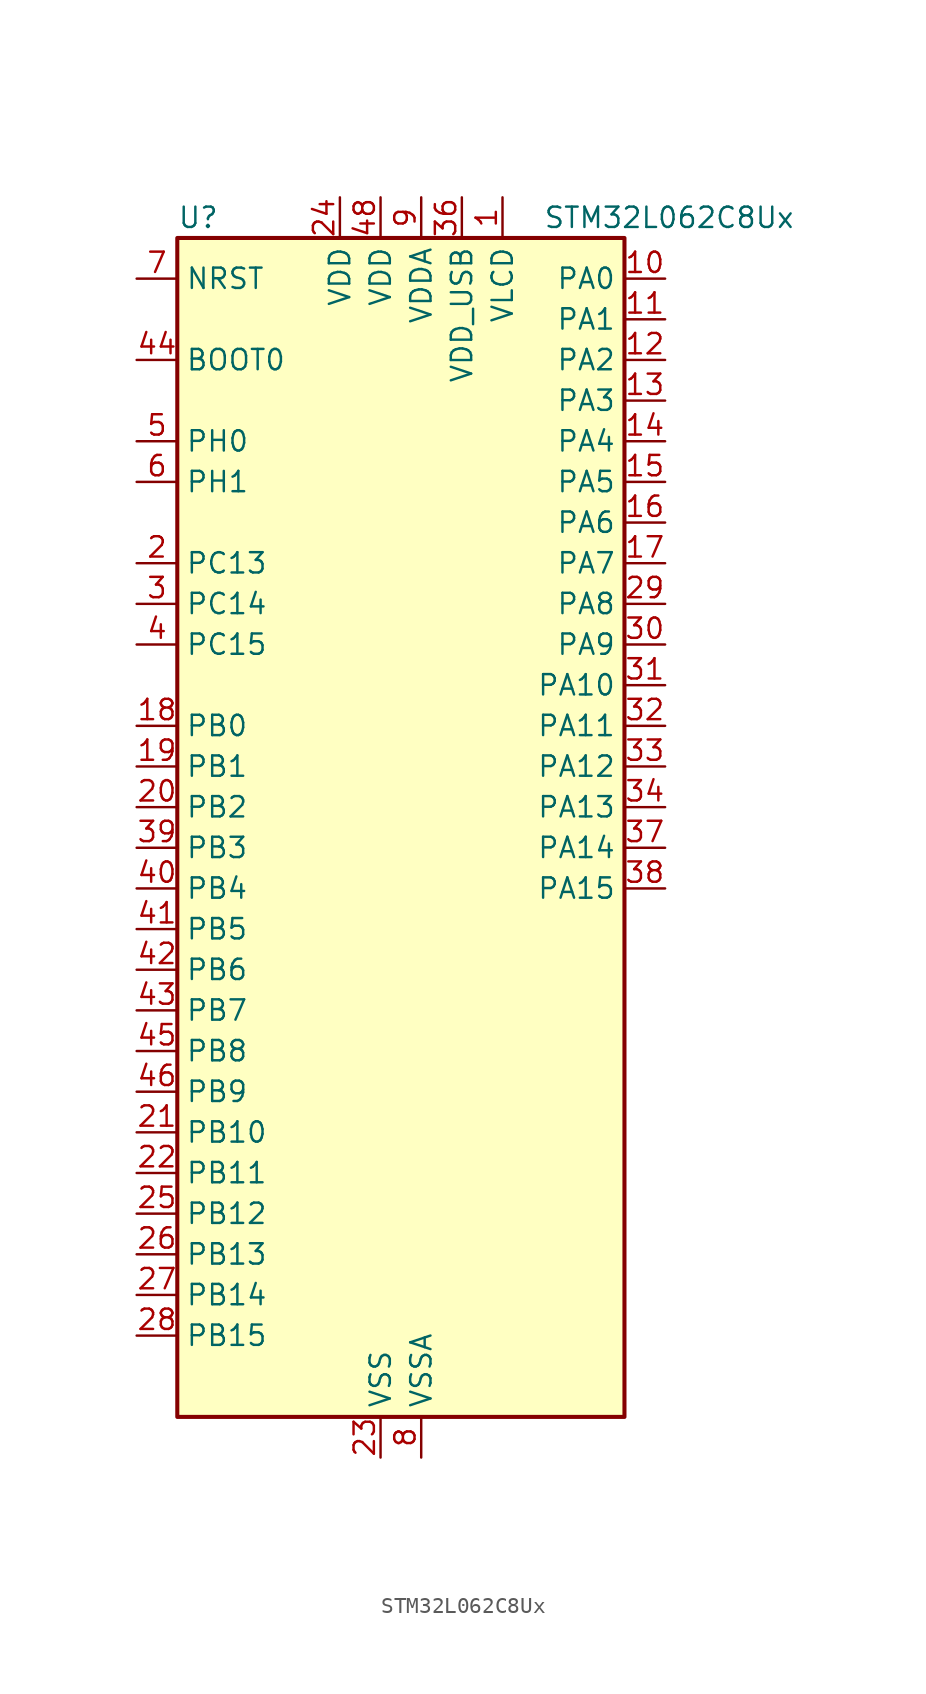
<source format=kicad_sym>
(kicad_symbol_lib
  (version 20220914)
  (generator kicad_symbol_editor)
  (symbol "STM32L062C8Ux"
    (property "Reference" "U"
      (at -12.7 39.37 0)
      (effects (font (size 1.27 1.27)) (justify left)))
    (property "Value" "STM32L062C8Ux"
      (at 10.16 39.37 0)
      (effects (font (size 1.27 1.27)) (justify left)))
    (property "ki_locked" ""
      (at 0 0 0)
      (effects (font (size 1.27 1.27))))
    (symbol "STM32L062C8Ux_0_1"
      (rectangle (start -12.7 -35.56) (end 15.24 38.1) (stroke (width 0.254) (type default)) (fill (type background))))
    (symbol "STM32L062C8Ux_1_1"
      (pin power_in line (at 7.62 40.64 270) (length 2.54) (name "VLCD" (effects (font (size 1.27 1.27)))) (number "1" (effects (font (size 1.27 1.27)))))
      (pin bidirectional line (at 17.78 35.56 180) (length 2.54) (name "PA0" (effects (font (size 1.27 1.27)))) (number "10" (effects (font (size 1.27 1.27)))) (alternate "ADC_IN0" bidirectional line) (alternate "COMP1_INM" bidirectional line) (alternate "COMP1_OUT" bidirectional line) (alternate "RTC_TAMP2" bidirectional line) (alternate "SYS_WKUP1" bidirectional line) (alternate "TIM2_CH1" bidirectional line) (alternate "TIM2_ETR" bidirectional line) (alternate "TSC_G1_IO1" bidirectional line) (alternate "USART2_CTS" bidirectional line))
      (pin bidirectional line (at 17.78 33.02 180) (length 2.54) (name "PA1" (effects (font (size 1.27 1.27)))) (number "11" (effects (font (size 1.27 1.27)))) (alternate "ADC_IN1" bidirectional line) (alternate "COMP1_INP" bidirectional line) (alternate "TIM21_ETR" bidirectional line) (alternate "TIM2_CH2" bidirectional line) (alternate "TSC_G1_IO2" bidirectional line) (alternate "USART2_DE" bidirectional line) (alternate "USART2_RTS" bidirectional line))
      (pin bidirectional line (at 17.78 30.48 180) (length 2.54) (name "PA2" (effects (font (size 1.27 1.27)))) (number "12" (effects (font (size 1.27 1.27)))) (alternate "ADC_IN2" bidirectional line) (alternate "COMP2_INM" bidirectional line) (alternate "COMP2_OUT" bidirectional line) (alternate "TIM21_CH1" bidirectional line) (alternate "TIM2_CH3" bidirectional line) (alternate "TSC_G1_IO3" bidirectional line) (alternate "USART2_TX" bidirectional line))
      (pin bidirectional line (at 17.78 27.94 180) (length 2.54) (name "PA3" (effects (font (size 1.27 1.27)))) (number "13" (effects (font (size 1.27 1.27)))) (alternate "ADC_IN3" bidirectional line) (alternate "COMP2_INP" bidirectional line) (alternate "TIM21_CH2" bidirectional line) (alternate "TIM2_CH4" bidirectional line) (alternate "TSC_G1_IO4" bidirectional line) (alternate "USART2_RX" bidirectional line))
      (pin bidirectional line (at 17.78 25.4 180) (length 2.54) (name "PA4" (effects (font (size 1.27 1.27)))) (number "14" (effects (font (size 1.27 1.27)))) (alternate "ADC_IN4" bidirectional line) (alternate "COMP1_INM" bidirectional line) (alternate "COMP2_INM" bidirectional line) (alternate "DAC_OUT1" bidirectional line) (alternate "SPI1_NSS" bidirectional line) (alternate "TIM22_ETR" bidirectional line) (alternate "TSC_G2_IO1" bidirectional line) (alternate "USART2_CK" bidirectional line))
      (pin bidirectional line (at 17.78 22.86 180) (length 2.54) (name "PA5" (effects (font (size 1.27 1.27)))) (number "15" (effects (font (size 1.27 1.27)))) (alternate "ADC_IN5" bidirectional line) (alternate "COMP1_INM" bidirectional line) (alternate "COMP2_INM" bidirectional line) (alternate "SPI1_SCK" bidirectional line) (alternate "TIM2_CH1" bidirectional line) (alternate "TIM2_ETR" bidirectional line) (alternate "TSC_G2_IO2" bidirectional line))
      (pin bidirectional line (at 17.78 20.32 180) (length 2.54) (name "PA6" (effects (font (size 1.27 1.27)))) (number "16" (effects (font (size 1.27 1.27)))) (alternate "ADC_IN6" bidirectional line) (alternate "COMP1_OUT" bidirectional line) (alternate "LPUART1_CTS" bidirectional line) (alternate "SPI1_MISO" bidirectional line) (alternate "TIM22_CH1" bidirectional line) (alternate "TSC_G2_IO3" bidirectional line))
      (pin bidirectional line (at 17.78 17.78 180) (length 2.54) (name "PA7" (effects (font (size 1.27 1.27)))) (number "17" (effects (font (size 1.27 1.27)))) (alternate "ADC_IN7" bidirectional line) (alternate "COMP2_OUT" bidirectional line) (alternate "SPI1_MOSI" bidirectional line) (alternate "TIM22_CH2" bidirectional line) (alternate "TSC_G2_IO4" bidirectional line))
      (pin bidirectional line (at -15.24 7.62 0) (length 2.54) (name "PB0" (effects (font (size 1.27 1.27)))) (number "18" (effects (font (size 1.27 1.27)))) (alternate "ADC_IN8" bidirectional line) (alternate "SYS_VREF_OUT_PB0" bidirectional line) (alternate "TSC_G3_IO2" bidirectional line))
      (pin bidirectional line (at -15.24 5.08 0) (length 2.54) (name "PB1" (effects (font (size 1.27 1.27)))) (number "19" (effects (font (size 1.27 1.27)))) (alternate "ADC_IN9" bidirectional line) (alternate "LPUART1_DE" bidirectional line) (alternate "LPUART1_RTS" bidirectional line) (alternate "SYS_VREF_OUT_PB1" bidirectional line) (alternate "TSC_G3_IO3" bidirectional line))
      (pin bidirectional line (at -15.24 17.78 0) (length 2.54) (name "PC13" (effects (font (size 1.27 1.27)))) (number "2" (effects (font (size 1.27 1.27)))) (alternate "RTC_OUT_ALARM" bidirectional line) (alternate "RTC_OUT_CALIB" bidirectional line) (alternate "RTC_TAMP1" bidirectional line) (alternate "RTC_TS" bidirectional line) (alternate "SYS_WKUP2" bidirectional line))
      (pin bidirectional line (at -15.24 2.54 0) (length 2.54) (name "PB2" (effects (font (size 1.27 1.27)))) (number "20" (effects (font (size 1.27 1.27)))) (alternate "LPTIM1_OUT" bidirectional line) (alternate "TSC_G3_IO4" bidirectional line))
      (pin bidirectional line (at -15.24 -17.78 0) (length 2.54) (name "PB10" (effects (font (size 1.27 1.27)))) (number "21" (effects (font (size 1.27 1.27)))) (alternate "I2C2_SCL" bidirectional line) (alternate "LPUART1_TX" bidirectional line) (alternate "SPI2_SCK" bidirectional line) (alternate "TIM2_CH3" bidirectional line) (alternate "TSC_SYNC" bidirectional line))
      (pin bidirectional line (at -15.24 -20.32 0) (length 2.54) (name "PB11" (effects (font (size 1.27 1.27)))) (number "22" (effects (font (size 1.27 1.27)))) (alternate "ADC_EXTI11" bidirectional line) (alternate "I2C2_SDA" bidirectional line) (alternate "LPUART1_RX" bidirectional line) (alternate "TIM2_CH4" bidirectional line) (alternate "TSC_G6_IO1" bidirectional line))
      (pin power_in line (at 0 -38.1 90) (length 2.54) (name "VSS" (effects (font (size 1.27 1.27)))) (number "23" (effects (font (size 1.27 1.27)))))
      (pin power_in line (at -2.54 40.64 270) (length 2.54) (name "VDD" (effects (font (size 1.27 1.27)))) (number "24" (effects (font (size 1.27 1.27)))))
      (pin bidirectional line (at -15.24 -22.86 0) (length 2.54) (name "PB12" (effects (font (size 1.27 1.27)))) (number "25" (effects (font (size 1.27 1.27)))) (alternate "I2S2_WS" bidirectional line) (alternate "LPUART1_DE" bidirectional line) (alternate "LPUART1_RTS" bidirectional line) (alternate "SPI2_NSS" bidirectional line) (alternate "TSC_G6_IO2" bidirectional line))
      (pin bidirectional line (at -15.24 -25.4 0) (length 2.54) (name "PB13" (effects (font (size 1.27 1.27)))) (number "26" (effects (font (size 1.27 1.27)))) (alternate "I2C2_SCL" bidirectional line) (alternate "I2S2_CK" bidirectional line) (alternate "LPUART1_CTS" bidirectional line) (alternate "SPI2_SCK" bidirectional line) (alternate "TIM21_CH1" bidirectional line) (alternate "TSC_G6_IO3" bidirectional line))
      (pin bidirectional line (at -15.24 -27.94 0) (length 2.54) (name "PB14" (effects (font (size 1.27 1.27)))) (number "27" (effects (font (size 1.27 1.27)))) (alternate "I2C2_SDA" bidirectional line) (alternate "I2S2_MCK" bidirectional line) (alternate "LPUART1_DE" bidirectional line) (alternate "LPUART1_RTS" bidirectional line) (alternate "RTC_OUT_ALARM" bidirectional line) (alternate "RTC_OUT_CALIB" bidirectional line) (alternate "SPI2_MISO" bidirectional line) (alternate "TIM21_CH2" bidirectional line) (alternate "TSC_G6_IO4" bidirectional line))
      (pin bidirectional line (at -15.24 -30.48 0) (length 2.54) (name "PB15" (effects (font (size 1.27 1.27)))) (number "28" (effects (font (size 1.27 1.27)))) (alternate "I2S2_SD" bidirectional line) (alternate "RTC_REFIN" bidirectional line) (alternate "SPI2_MOSI" bidirectional line))
      (pin bidirectional line (at 17.78 15.24 180) (length 2.54) (name "PA8" (effects (font (size 1.27 1.27)))) (number "29" (effects (font (size 1.27 1.27)))) (alternate "CRS_SYNC" bidirectional line) (alternate "RCC_MCO" bidirectional line) (alternate "USART1_CK" bidirectional line))
      (pin bidirectional line (at -15.24 15.24 0) (length 2.54) (name "PC14" (effects (font (size 1.27 1.27)))) (number "3" (effects (font (size 1.27 1.27)))) (alternate "RCC_OSC32_IN" bidirectional line))
      (pin bidirectional line (at 17.78 12.7 180) (length 2.54) (name "PA9" (effects (font (size 1.27 1.27)))) (number "30" (effects (font (size 1.27 1.27)))) (alternate "DAC_EXTI9" bidirectional line) (alternate "RCC_MCO" bidirectional line) (alternate "TSC_G4_IO1" bidirectional line) (alternate "USART1_TX" bidirectional line))
      (pin bidirectional line (at 17.78 10.16 180) (length 2.54) (name "PA10" (effects (font (size 1.27 1.27)))) (number "31" (effects (font (size 1.27 1.27)))) (alternate "TSC_G4_IO2" bidirectional line) (alternate "USART1_RX" bidirectional line))
      (pin bidirectional line (at 17.78 7.62 180) (length 2.54) (name "PA11" (effects (font (size 1.27 1.27)))) (number "32" (effects (font (size 1.27 1.27)))) (alternate "ADC_EXTI11" bidirectional line) (alternate "COMP1_OUT" bidirectional line) (alternate "SPI1_MISO" bidirectional line) (alternate "TSC_G4_IO3" bidirectional line) (alternate "USART1_CTS" bidirectional line) (alternate "USB_DM" bidirectional line))
      (pin bidirectional line (at 17.78 5.08 180) (length 2.54) (name "PA12" (effects (font (size 1.27 1.27)))) (number "33" (effects (font (size 1.27 1.27)))) (alternate "COMP2_OUT" bidirectional line) (alternate "SPI1_MOSI" bidirectional line) (alternate "TSC_G4_IO4" bidirectional line) (alternate "USART1_DE" bidirectional line) (alternate "USART1_RTS" bidirectional line) (alternate "USB_DP" bidirectional line))
      (pin bidirectional line (at 17.78 2.54 180) (length 2.54) (name "PA13" (effects (font (size 1.27 1.27)))) (number "34" (effects (font (size 1.27 1.27)))) (alternate "SYS_SWDIO" bidirectional line) (alternate "USB_NOE" bidirectional line))
      (pin passive line (at 0 -38.1 90) (length 2.54) hide (name "VSS" (effects (font (size 1.27 1.27)))) (number "35" (effects (font (size 1.27 1.27)))))
      (pin power_in line (at 5.08 40.64 270) (length 2.54) (name "VDD_USB" (effects (font (size 1.27 1.27)))) (number "36" (effects (font (size 1.27 1.27)))))
      (pin bidirectional line (at 17.78 0 180) (length 2.54) (name "PA14" (effects (font (size 1.27 1.27)))) (number "37" (effects (font (size 1.27 1.27)))) (alternate "SYS_SWCLK" bidirectional line) (alternate "USART2_TX" bidirectional line))
      (pin bidirectional line (at 17.78 -2.54 180) (length 2.54) (name "PA15" (effects (font (size 1.27 1.27)))) (number "38" (effects (font (size 1.27 1.27)))) (alternate "SPI1_NSS" bidirectional line) (alternate "TIM2_CH1" bidirectional line) (alternate "TIM2_ETR" bidirectional line) (alternate "USART2_RX" bidirectional line))
      (pin bidirectional line (at -15.24 0 0) (length 2.54) (name "PB3" (effects (font (size 1.27 1.27)))) (number "39" (effects (font (size 1.27 1.27)))) (alternate "COMP2_INM" bidirectional line) (alternate "SPI1_SCK" bidirectional line) (alternate "TIM2_CH2" bidirectional line) (alternate "TSC_G5_IO1" bidirectional line))
      (pin bidirectional line (at -15.24 12.7 0) (length 2.54) (name "PC15" (effects (font (size 1.27 1.27)))) (number "4" (effects (font (size 1.27 1.27)))) (alternate "RCC_OSC32_OUT" bidirectional line))
      (pin bidirectional line (at -15.24 -2.54 0) (length 2.54) (name "PB4" (effects (font (size 1.27 1.27)))) (number "40" (effects (font (size 1.27 1.27)))) (alternate "COMP2_INP" bidirectional line) (alternate "SPI1_MISO" bidirectional line) (alternate "TIM22_CH1" bidirectional line) (alternate "TSC_G5_IO2" bidirectional line))
      (pin bidirectional line (at -15.24 -5.08 0) (length 2.54) (name "PB5" (effects (font (size 1.27 1.27)))) (number "41" (effects (font (size 1.27 1.27)))) (alternate "COMP2_INP" bidirectional line) (alternate "I2C1_SMBA" bidirectional line) (alternate "LPTIM1_IN1" bidirectional line) (alternate "SPI1_MOSI" bidirectional line) (alternate "TIM22_CH2" bidirectional line))
      (pin bidirectional line (at -15.24 -7.62 0) (length 2.54) (name "PB6" (effects (font (size 1.27 1.27)))) (number "42" (effects (font (size 1.27 1.27)))) (alternate "COMP2_INP" bidirectional line) (alternate "I2C1_SCL" bidirectional line) (alternate "LPTIM1_ETR" bidirectional line) (alternate "TSC_G5_IO3" bidirectional line) (alternate "USART1_TX" bidirectional line))
      (pin bidirectional line (at -15.24 -10.16 0) (length 2.54) (name "PB7" (effects (font (size 1.27 1.27)))) (number "43" (effects (font (size 1.27 1.27)))) (alternate "COMP2_INP" bidirectional line) (alternate "I2C1_SDA" bidirectional line) (alternate "LPTIM1_IN2" bidirectional line) (alternate "SYS_PVD_IN" bidirectional line) (alternate "TSC_G5_IO4" bidirectional line) (alternate "USART1_RX" bidirectional line))
      (pin input line (at -15.24 30.48 0) (length 2.54) (name "BOOT0" (effects (font (size 1.27 1.27)))) (number "44" (effects (font (size 1.27 1.27)))))
      (pin bidirectional line (at -15.24 -12.7 0) (length 2.54) (name "PB8" (effects (font (size 1.27 1.27)))) (number "45" (effects (font (size 1.27 1.27)))) (alternate "I2C1_SCL" bidirectional line) (alternate "TSC_SYNC" bidirectional line))
      (pin bidirectional line (at -15.24 -15.24 0) (length 2.54) (name "PB9" (effects (font (size 1.27 1.27)))) (number "46" (effects (font (size 1.27 1.27)))) (alternate "DAC_EXTI9" bidirectional line) (alternate "I2C1_SDA" bidirectional line) (alternate "I2S2_WS" bidirectional line) (alternate "SPI2_NSS" bidirectional line))
      (pin passive line (at 0 -38.1 90) (length 2.54) hide (name "VSS" (effects (font (size 1.27 1.27)))) (number "47" (effects (font (size 1.27 1.27)))))
      (pin power_in line (at 0 40.64 270) (length 2.54) (name "VDD" (effects (font (size 1.27 1.27)))) (number "48" (effects (font (size 1.27 1.27)))))
      (pin passive line (at 0 -38.1 90) (length 2.54) hide (name "VSS" (effects (font (size 1.27 1.27)))) (number "49" (effects (font (size 1.27 1.27)))))
      (pin bidirectional line (at -15.24 25.4 0) (length 2.54) (name "PH0" (effects (font (size 1.27 1.27)))) (number "5" (effects (font (size 1.27 1.27)))) (alternate "CRS_SYNC" bidirectional line) (alternate "RCC_OSC_IN" bidirectional line))
      (pin bidirectional line (at -15.24 22.86 0) (length 2.54) (name "PH1" (effects (font (size 1.27 1.27)))) (number "6" (effects (font (size 1.27 1.27)))) (alternate "RCC_OSC_OUT" bidirectional line))
      (pin input line (at -15.24 35.56 0) (length 2.54) (name "NRST" (effects (font (size 1.27 1.27)))) (number "7" (effects (font (size 1.27 1.27)))))
      (pin power_in line (at 2.54 -38.1 90) (length 2.54) (name "VSSA" (effects (font (size 1.27 1.27)))) (number "8" (effects (font (size 1.27 1.27)))))
      (pin power_in line (at 2.54 40.64 270) (length 2.54) (name "VDDA" (effects (font (size 1.27 1.27)))) (number "9" (effects (font (size 1.27 1.27))))))))
</source>
